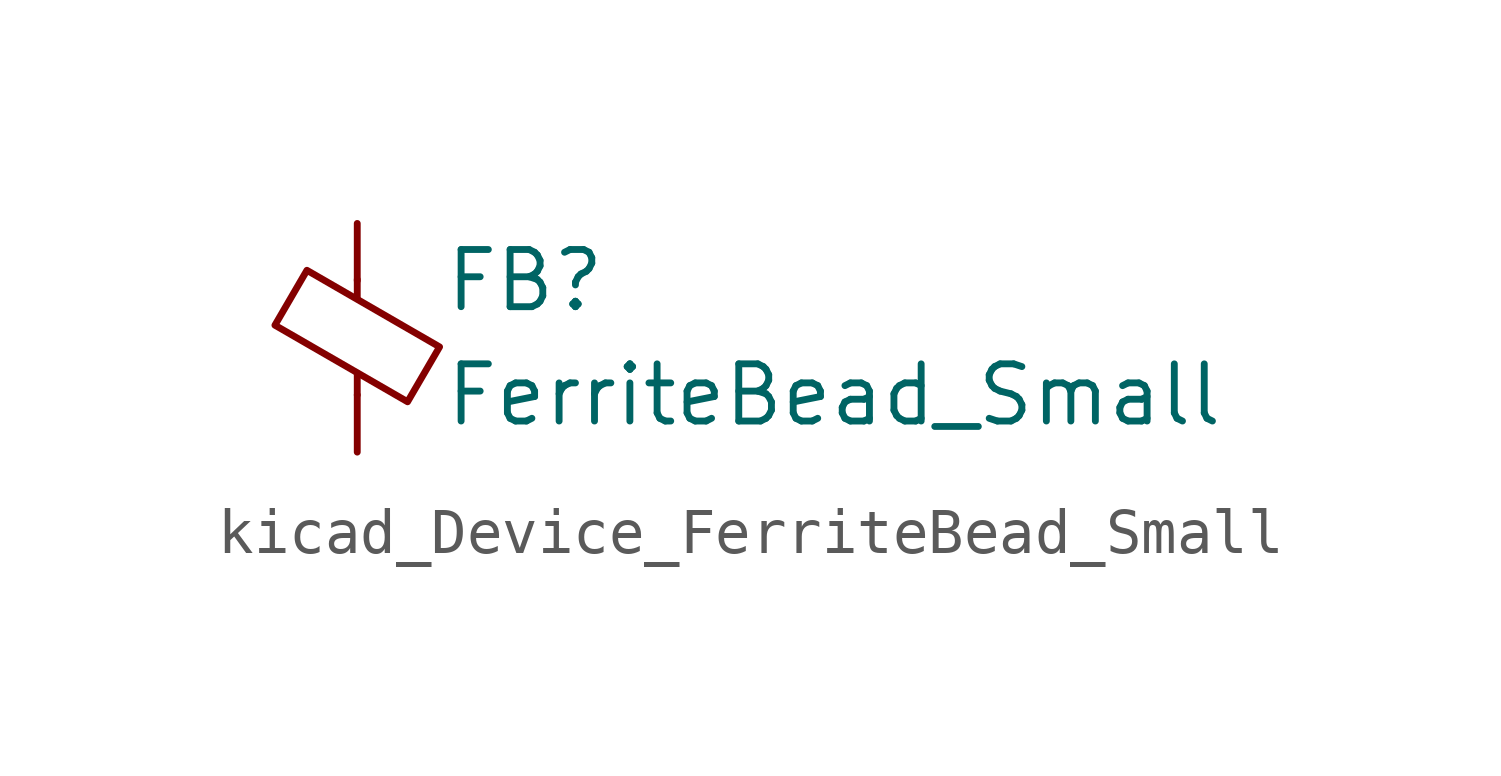
<source format=kicad_sym>
(kicad_symbol_lib
  (version 20220914)
  (generator kicad_symbol_editor)
  (symbol "kicad_Device_FerriteBead_Small"
    (pin_numbers hide)
    (pin_names
      (offset 0))
    (property "Reference" "FB"
      (at 1.905 1.27 0)
      (effects (font (size 1.27 1.27)) (justify left)))
    (property "Value" "FerriteBead_Small"
      (at 1.905 -1.27 0)
      (effects (font (size 1.27 1.27)) (justify left)))
    (symbol "kicad_Device_FerriteBead_Small_0_1"
      (polyline (pts (xy 0 -1.27) (xy 0 -0.787)) (stroke (width 0) (type default)) (fill (type none)))
      (polyline (pts (xy 0 0.889) (xy 0 1.295)) (stroke (width 0) (type default)) (fill (type none)))
      (polyline (pts (xy -1.829 0.279) (xy -1.118 1.499) (xy 1.829 -0.203) (xy 1.118 -1.422) (xy -1.829 0.279)) (stroke (width 0) (type default)) (fill (type none))))
    (symbol "kicad_Device_FerriteBead_Small_1_1"
      (pin passive line (at 0 2.54 270) (length 1.27) (name "~" (effects (font (size 1.27 1.27)))) (number "1" (effects (font (size 1.27 1.27)))))
      (pin passive line (at 0 -2.54 90) (length 1.27) (name "~" (effects (font (size 1.27 1.27)))) (number "2" (effects (font (size 1.27 1.27))))))))
</source>
